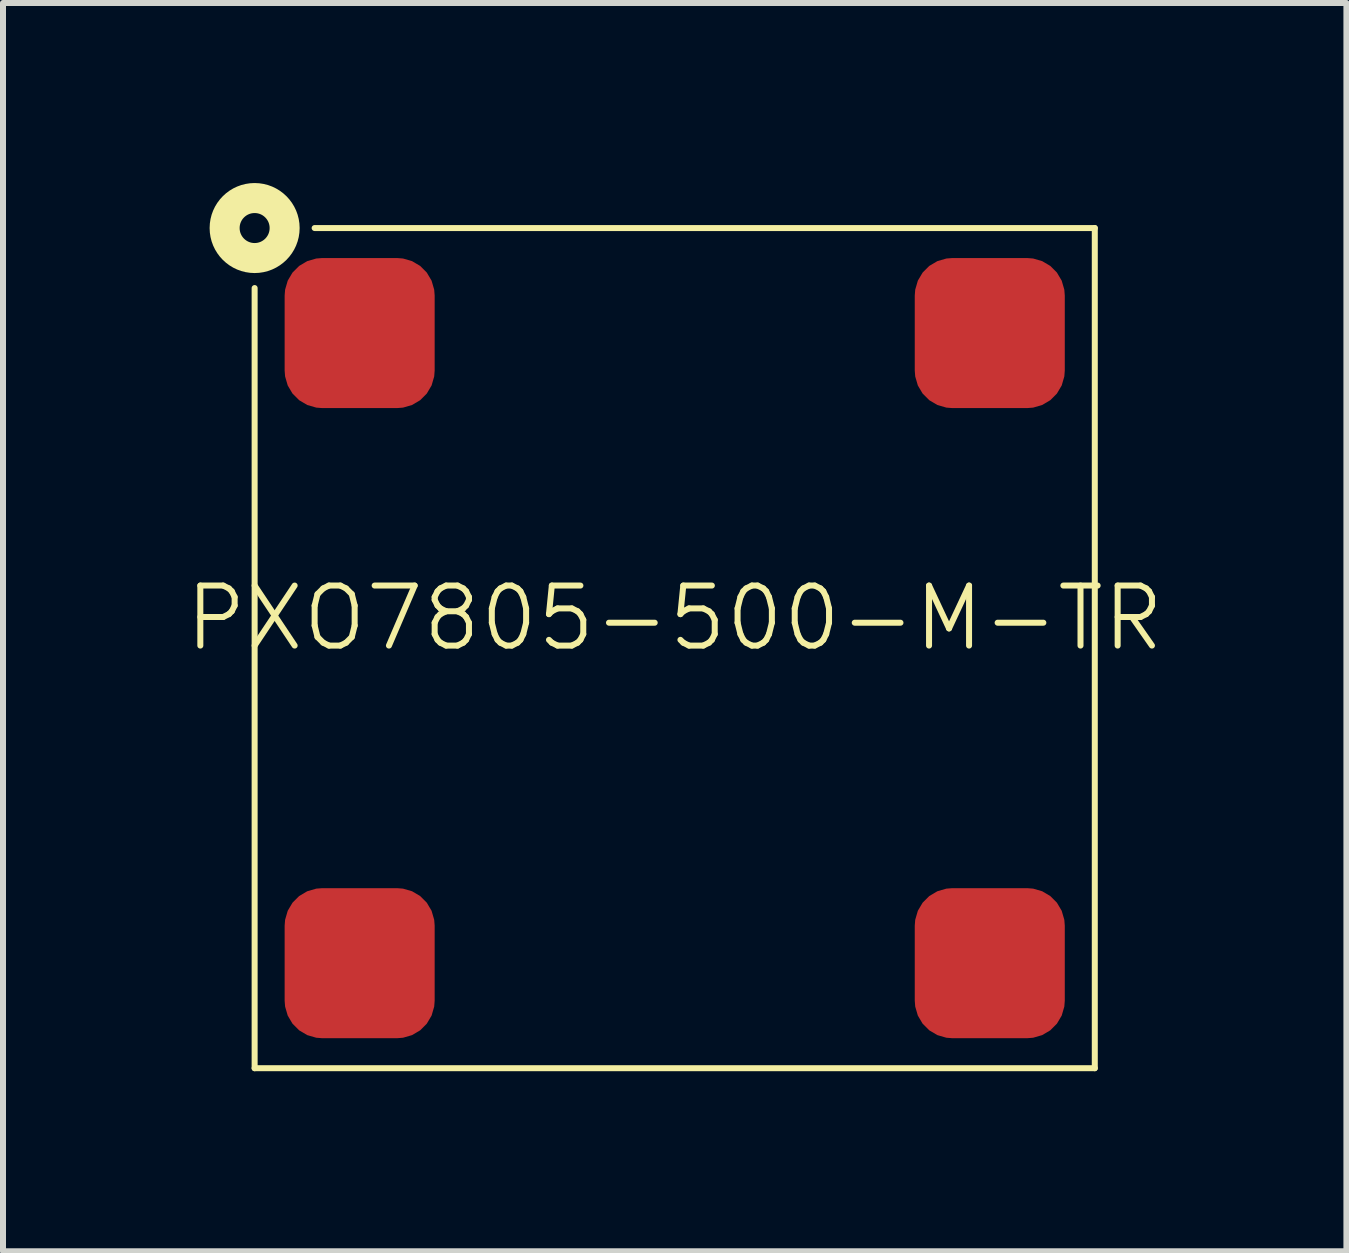
<source format=kicad_pcb>
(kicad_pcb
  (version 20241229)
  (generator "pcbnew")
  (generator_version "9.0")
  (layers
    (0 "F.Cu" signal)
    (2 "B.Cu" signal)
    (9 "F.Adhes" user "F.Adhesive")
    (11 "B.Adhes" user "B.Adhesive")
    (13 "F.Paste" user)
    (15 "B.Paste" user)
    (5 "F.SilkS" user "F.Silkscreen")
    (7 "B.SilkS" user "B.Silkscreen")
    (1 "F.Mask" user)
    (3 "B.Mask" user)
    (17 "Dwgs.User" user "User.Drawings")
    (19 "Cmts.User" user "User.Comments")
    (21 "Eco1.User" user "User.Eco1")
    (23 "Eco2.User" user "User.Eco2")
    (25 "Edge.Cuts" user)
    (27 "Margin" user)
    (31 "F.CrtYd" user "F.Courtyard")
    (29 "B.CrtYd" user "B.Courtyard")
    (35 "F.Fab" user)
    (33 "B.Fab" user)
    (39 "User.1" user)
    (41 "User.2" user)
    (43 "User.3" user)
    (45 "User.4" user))
  (footprint "PXO7805-500-M-TR"
    (layer "F.Cu")
    (at 8.193 7.75)
    (property "Reference" "PXO7805-500-M-TR" (at 0 -0.5 0) (unlocked yes) (layer "F.SilkS") (effects (font (size 1 1) (thickness 0.1))))
    (attr smd)
    (fp_line (start -7 7) (end -7 -6) (stroke (width 0.1) (type default)) (layer "F.SilkS"))
    (fp_line (start -6 -7) (end 7 -7) (stroke (width 0.1) (type default)) (layer "F.SilkS"))
    (fp_line (start 7 -7) (end 7 7) (stroke (width 0.1) (type default)) (layer "F.SilkS"))
    (fp_line (start 7 7) (end -7 7) (stroke (width 0.1) (type default)) (layer "F.SilkS"))
    (fp_circle (center -7 -7) (end -6.5 -7) (stroke (width 0.5) (type default)) (fill no) (layer "F.SilkS"))
    (pad "1" smd roundrect (at -5.25 -5.25) (size 2.5 2.5) (layers "F.Cu" "F.Mask" "F.Paste") (roundrect_rratio 0.25))
    (pad "2" smd roundrect (at -5.25 5.25) (size 2.5 2.5) (layers "F.Cu" "F.Mask" "F.Paste") (roundrect_rratio 0.25))
    (pad "3" smd roundrect (at 5.25 5.25) (size 2.5 2.5) (layers "F.Cu" "F.Mask" "F.Paste") (roundrect_rratio 0.25))
    (pad "4" smd roundrect (at 5.25 -5.25) (size 2.5 2.5) (layers "F.Cu" "F.Mask" "F.Paste") (roundrect_rratio 0.25)))
  (gr_rect
    (start -3 -3)
    (end 19.386 17.8)
    (stroke (width 0.1) (type default))
    (fill no)
    (layer "Edge.Cuts")))
</source>
